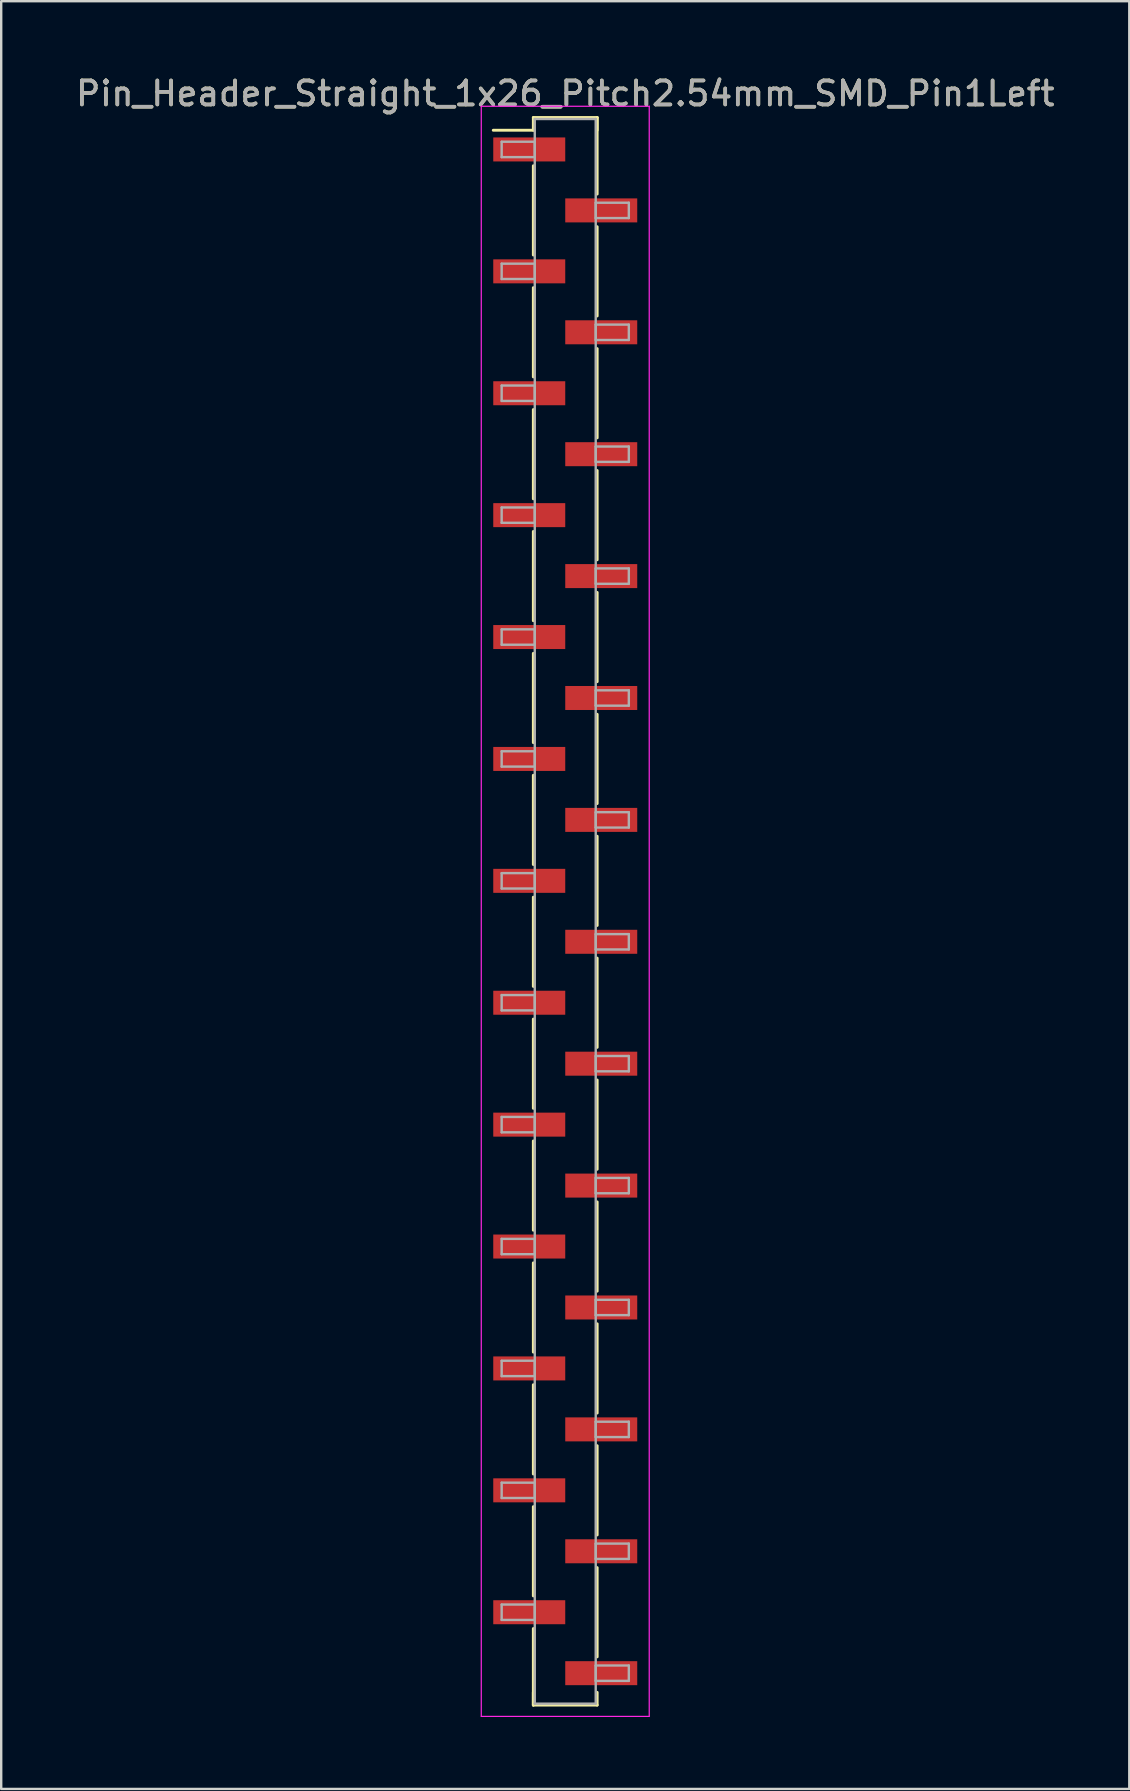
<source format=kicad_pcb>
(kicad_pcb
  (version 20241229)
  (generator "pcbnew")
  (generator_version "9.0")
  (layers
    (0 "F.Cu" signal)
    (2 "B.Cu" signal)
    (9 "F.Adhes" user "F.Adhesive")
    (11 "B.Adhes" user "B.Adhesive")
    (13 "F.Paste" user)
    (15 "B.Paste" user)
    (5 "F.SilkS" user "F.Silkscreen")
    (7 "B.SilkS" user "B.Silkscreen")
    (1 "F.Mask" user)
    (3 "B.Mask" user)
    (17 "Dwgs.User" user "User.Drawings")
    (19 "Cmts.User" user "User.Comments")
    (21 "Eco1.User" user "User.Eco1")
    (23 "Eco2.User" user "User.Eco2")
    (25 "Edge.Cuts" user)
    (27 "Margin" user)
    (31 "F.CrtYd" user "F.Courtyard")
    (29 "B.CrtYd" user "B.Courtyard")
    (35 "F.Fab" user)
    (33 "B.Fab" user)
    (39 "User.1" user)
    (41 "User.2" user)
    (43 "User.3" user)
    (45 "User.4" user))
  (footprint "Pin_Header_Straight_1x26_Pitch2.54mm_SMD_Pin1Left"
    (layer "F.Cu")
    (at 20.506 34.928)
    (property "Reference" "Pin_Header_Straight_1x26_Pitch2.54mm_SMD_Pin1Left" (at 0 -34.08 0) (layer "F.SilkS") (effects (font (size 1 1) (thickness 0.15))))
    (attr smd)
    (fp_line (start -1.33 -33.08) (end 1.33 -33.08) (stroke (width 0.12) (type solid)) (layer "F.SilkS"))
    (fp_line (start -1.33 -32.55) (end -3 -32.55) (stroke (width 0.12) (type solid)) (layer "F.SilkS"))
    (fp_line (start -1.33 -32.55) (end -1.33 -33.08) (stroke (width 0.12) (type solid)) (layer "F.SilkS"))
    (fp_line (start -1.33 -31.07) (end -1.33 -27.35) (stroke (width 0.12) (type solid)) (layer "F.SilkS"))
    (fp_line (start -1.33 -25.99) (end -1.33 -22.27) (stroke (width 0.12) (type solid)) (layer "F.SilkS"))
    (fp_line (start -1.33 -20.91) (end -1.33 -17.19) (stroke (width 0.12) (type solid)) (layer "F.SilkS"))
    (fp_line (start -1.33 -15.83) (end -1.33 -12.11) (stroke (width 0.12) (type solid)) (layer "F.SilkS"))
    (fp_line (start -1.33 -10.75) (end -1.33 -7.03) (stroke (width 0.12) (type solid)) (layer "F.SilkS"))
    (fp_line (start -1.33 -5.67) (end -1.33 -1.95) (stroke (width 0.12) (type solid)) (layer "F.SilkS"))
    (fp_line (start -1.33 -0.59) (end -1.33 3.13) (stroke (width 0.12) (type solid)) (layer "F.SilkS"))
    (fp_line (start -1.33 4.49) (end -1.33 8.21) (stroke (width 0.12) (type solid)) (layer "F.SilkS"))
    (fp_line (start -1.33 9.57) (end -1.33 13.29) (stroke (width 0.12) (type solid)) (layer "F.SilkS"))
    (fp_line (start -1.33 14.65) (end -1.33 18.37) (stroke (width 0.12) (type solid)) (layer "F.SilkS"))
    (fp_line (start -1.33 19.73) (end -1.33 23.45) (stroke (width 0.12) (type solid)) (layer "F.SilkS"))
    (fp_line (start -1.33 24.81) (end -1.33 28.53) (stroke (width 0.12) (type solid)) (layer "F.SilkS"))
    (fp_line (start -1.33 29.89) (end -1.33 33.08) (stroke (width 0.12) (type solid)) (layer "F.SilkS"))
    (fp_line (start -1.33 32.55) (end -1.33 33.08) (stroke (width 0.12) (type solid)) (layer "F.SilkS"))
    (fp_line (start -1.33 33.08) (end 1.33 33.08) (stroke (width 0.12) (type solid)) (layer "F.SilkS"))
    (fp_line (start 1.33 -33.08) (end 1.33 -32.55) (stroke (width 0.12) (type solid)) (layer "F.SilkS"))
    (fp_line (start 1.33 -33.08) (end 1.33 -29.89) (stroke (width 0.12) (type solid)) (layer "F.SilkS"))
    (fp_line (start 1.33 -28.53) (end 1.33 -24.81) (stroke (width 0.12) (type solid)) (layer "F.SilkS"))
    (fp_line (start 1.33 -23.45) (end 1.33 -19.73) (stroke (width 0.12) (type solid)) (layer "F.SilkS"))
    (fp_line (start 1.33 -18.37) (end 1.33 -14.65) (stroke (width 0.12) (type solid)) (layer "F.SilkS"))
    (fp_line (start 1.33 -13.29) (end 1.33 -9.57) (stroke (width 0.12) (type solid)) (layer "F.SilkS"))
    (fp_line (start 1.33 -8.21) (end 1.33 -4.49) (stroke (width 0.12) (type solid)) (layer "F.SilkS"))
    (fp_line (start 1.33 -3.13) (end 1.33 0.59) (stroke (width 0.12) (type solid)) (layer "F.SilkS"))
    (fp_line (start 1.33 1.95) (end 1.33 5.67) (stroke (width 0.12) (type solid)) (layer "F.SilkS"))
    (fp_line (start 1.33 7.03) (end 1.33 10.75) (stroke (width 0.12) (type solid)) (layer "F.SilkS"))
    (fp_line (start 1.33 12.11) (end 1.33 15.83) (stroke (width 0.12) (type solid)) (layer "F.SilkS"))
    (fp_line (start 1.33 17.19) (end 1.33 20.91) (stroke (width 0.12) (type solid)) (layer "F.SilkS"))
    (fp_line (start 1.33 22.27) (end 1.33 25.99) (stroke (width 0.12) (type solid)) (layer "F.SilkS"))
    (fp_line (start 1.33 27.35) (end 1.33 31.07) (stroke (width 0.12) (type solid)) (layer "F.SilkS"))
    (fp_line (start 1.33 33.08) (end 1.33 32.55) (stroke (width 0.12) (type solid)) (layer "F.SilkS"))
    (fp_line (start -3.5 -33.55) (end -3.5 33.55) (stroke (width 0.05) (type solid)) (layer "F.CrtYd"))
    (fp_line (start -3.5 33.55) (end 3.5 33.55) (stroke (width 0.05) (type solid)) (layer "F.CrtYd"))
    (fp_line (start 3.5 -33.55) (end -3.5 -33.55) (stroke (width 0.05) (type solid)) (layer "F.CrtYd"))
    (fp_line (start 3.5 33.55) (end 3.5 -33.55) (stroke (width 0.05) (type solid)) (layer "F.CrtYd"))
    (fp_line (start -2.65 -32.07) (end -1.27 -32.07) (stroke (width 0.1) (type solid)) (layer "F.Fab"))
    (fp_line (start -2.65 -31.43) (end -2.65 -32.07) (stroke (width 0.1) (type solid)) (layer "F.Fab"))
    (fp_line (start -2.65 -26.99) (end -1.27 -26.99) (stroke (width 0.1) (type solid)) (layer "F.Fab"))
    (fp_line (start -2.65 -26.35) (end -2.65 -26.99) (stroke (width 0.1) (type solid)) (layer "F.Fab"))
    (fp_line (start -2.65 -21.91) (end -1.27 -21.91) (stroke (width 0.1) (type solid)) (layer "F.Fab"))
    (fp_line (start -2.65 -21.27) (end -2.65 -21.91) (stroke (width 0.1) (type solid)) (layer "F.Fab"))
    (fp_line (start -2.65 -16.83) (end -1.27 -16.83) (stroke (width 0.1) (type solid)) (layer "F.Fab"))
    (fp_line (start -2.65 -16.19) (end -2.65 -16.83) (stroke (width 0.1) (type solid)) (layer "F.Fab"))
    (fp_line (start -2.65 -11.75) (end -1.27 -11.75) (stroke (width 0.1) (type solid)) (layer "F.Fab"))
    (fp_line (start -2.65 -11.11) (end -2.65 -11.75) (stroke (width 0.1) (type solid)) (layer "F.Fab"))
    (fp_line (start -2.65 -6.67) (end -1.27 -6.67) (stroke (width 0.1) (type solid)) (layer "F.Fab"))
    (fp_line (start -2.65 -6.03) (end -2.65 -6.67) (stroke (width 0.1) (type solid)) (layer "F.Fab"))
    (fp_line (start -2.65 -1.59) (end -1.27 -1.59) (stroke (width 0.1) (type solid)) (layer "F.Fab"))
    (fp_line (start -2.65 -0.95) (end -2.65 -1.59) (stroke (width 0.1) (type solid)) (layer "F.Fab"))
    (fp_line (start -2.65 3.49) (end -1.27 3.49) (stroke (width 0.1) (type solid)) (layer "F.Fab"))
    (fp_line (start -2.65 4.13) (end -2.65 3.49) (stroke (width 0.1) (type solid)) (layer "F.Fab"))
    (fp_line (start -2.65 8.57) (end -1.27 8.57) (stroke (width 0.1) (type solid)) (layer "F.Fab"))
    (fp_line (start -2.65 9.21) (end -2.65 8.57) (stroke (width 0.1) (type solid)) (layer "F.Fab"))
    (fp_line (start -2.65 13.65) (end -1.27 13.65) (stroke (width 0.1) (type solid)) (layer "F.Fab"))
    (fp_line (start -2.65 14.29) (end -2.65 13.65) (stroke (width 0.1) (type solid)) (layer "F.Fab"))
    (fp_line (start -2.65 18.73) (end -1.27 18.73) (stroke (width 0.1) (type solid)) (layer "F.Fab"))
    (fp_line (start -2.65 19.37) (end -2.65 18.73) (stroke (width 0.1) (type solid)) (layer "F.Fab"))
    (fp_line (start -2.65 23.81) (end -1.27 23.81) (stroke (width 0.1) (type solid)) (layer "F.Fab"))
    (fp_line (start -2.65 24.45) (end -2.65 23.81) (stroke (width 0.1) (type solid)) (layer "F.Fab"))
    (fp_line (start -2.65 28.89) (end -1.27 28.89) (stroke (width 0.1) (type solid)) (layer "F.Fab"))
    (fp_line (start -2.65 29.53) (end -2.65 28.89) (stroke (width 0.1) (type solid)) (layer "F.Fab"))
    (fp_line (start -1.27 -33.02) (end -1.27 33.02) (stroke (width 0.1) (type solid)) (layer "F.Fab"))
    (fp_line (start -1.27 -32.07) (end -1.27 -31.43) (stroke (width 0.1) (type solid)) (layer "F.Fab"))
    (fp_line (start -1.27 -31.43) (end -2.65 -31.43) (stroke (width 0.1) (type solid)) (layer "F.Fab"))
    (fp_line (start -1.27 -26.99) (end -1.27 -26.35) (stroke (width 0.1) (type solid)) (layer "F.Fab"))
    (fp_line (start -1.27 -26.35) (end -2.65 -26.35) (stroke (width 0.1) (type solid)) (layer "F.Fab"))
    (fp_line (start -1.27 -21.91) (end -1.27 -21.27) (stroke (width 0.1) (type solid)) (layer "F.Fab"))
    (fp_line (start -1.27 -21.27) (end -2.65 -21.27) (stroke (width 0.1) (type solid)) (layer "F.Fab"))
    (fp_line (start -1.27 -16.83) (end -1.27 -16.19) (stroke (width 0.1) (type solid)) (layer "F.Fab"))
    (fp_line (start -1.27 -16.19) (end -2.65 -16.19) (stroke (width 0.1) (type solid)) (layer "F.Fab"))
    (fp_line (start -1.27 -11.75) (end -1.27 -11.11) (stroke (width 0.1) (type solid)) (layer "F.Fab"))
    (fp_line (start -1.27 -11.11) (end -2.65 -11.11) (stroke (width 0.1) (type solid)) (layer "F.Fab"))
    (fp_line (start -1.27 -6.67) (end -1.27 -6.03) (stroke (width 0.1) (type solid)) (layer "F.Fab"))
    (fp_line (start -1.27 -6.03) (end -2.65 -6.03) (stroke (width 0.1) (type solid)) (layer "F.Fab"))
    (fp_line (start -1.27 -1.59) (end -1.27 -0.95) (stroke (width 0.1) (type solid)) (layer "F.Fab"))
    (fp_line (start -1.27 -0.95) (end -2.65 -0.95) (stroke (width 0.1) (type solid)) (layer "F.Fab"))
    (fp_line (start -1.27 3.49) (end -1.27 4.13) (stroke (width 0.1) (type solid)) (layer "F.Fab"))
    (fp_line (start -1.27 4.13) (end -2.65 4.13) (stroke (width 0.1) (type solid)) (layer "F.Fab"))
    (fp_line (start -1.27 8.57) (end -1.27 9.21) (stroke (width 0.1) (type solid)) (layer "F.Fab"))
    (fp_line (start -1.27 9.21) (end -2.65 9.21) (stroke (width 0.1) (type solid)) (layer "F.Fab"))
    (fp_line (start -1.27 13.65) (end -1.27 14.29) (stroke (width 0.1) (type solid)) (layer "F.Fab"))
    (fp_line (start -1.27 14.29) (end -2.65 14.29) (stroke (width 0.1) (type solid)) (layer "F.Fab"))
    (fp_line (start -1.27 18.73) (end -1.27 19.37) (stroke (width 0.1) (type solid)) (layer "F.Fab"))
    (fp_line (start -1.27 19.37) (end -2.65 19.37) (stroke (width 0.1) (type solid)) (layer "F.Fab"))
    (fp_line (start -1.27 23.81) (end -1.27 24.45) (stroke (width 0.1) (type solid)) (layer "F.Fab"))
    (fp_line (start -1.27 24.45) (end -2.65 24.45) (stroke (width 0.1) (type solid)) (layer "F.Fab"))
    (fp_line (start -1.27 28.89) (end -1.27 29.53) (stroke (width 0.1) (type solid)) (layer "F.Fab"))
    (fp_line (start -1.27 29.53) (end -2.65 29.53) (stroke (width 0.1) (type solid)) (layer "F.Fab"))
    (fp_line (start -1.27 33.02) (end 1.27 33.02) (stroke (width 0.1) (type solid)) (layer "F.Fab"))
    (fp_line (start 1.27 -33.02) (end -1.27 -33.02) (stroke (width 0.1) (type solid)) (layer "F.Fab"))
    (fp_line (start 1.27 -29.53) (end 1.27 -28.89) (stroke (width 0.1) (type solid)) (layer "F.Fab"))
    (fp_line (start 1.27 -28.89) (end 2.65 -28.89) (stroke (width 0.1) (type solid)) (layer "F.Fab"))
    (fp_line (start 1.27 -24.45) (end 1.27 -23.81) (stroke (width 0.1) (type solid)) (layer "F.Fab"))
    (fp_line (start 1.27 -23.81) (end 2.65 -23.81) (stroke (width 0.1) (type solid)) (layer "F.Fab"))
    (fp_line (start 1.27 -19.37) (end 1.27 -18.73) (stroke (width 0.1) (type solid)) (layer "F.Fab"))
    (fp_line (start 1.27 -18.73) (end 2.65 -18.73) (stroke (width 0.1) (type solid)) (layer "F.Fab"))
    (fp_line (start 1.27 -14.29) (end 1.27 -13.65) (stroke (width 0.1) (type solid)) (layer "F.Fab"))
    (fp_line (start 1.27 -13.65) (end 2.65 -13.65) (stroke (width 0.1) (type solid)) (layer "F.Fab"))
    (fp_line (start 1.27 -9.21) (end 1.27 -8.57) (stroke (width 0.1) (type solid)) (layer "F.Fab"))
    (fp_line (start 1.27 -8.57) (end 2.65 -8.57) (stroke (width 0.1) (type solid)) (layer "F.Fab"))
    (fp_line (start 1.27 -4.13) (end 1.27 -3.49) (stroke (width 0.1) (type solid)) (layer "F.Fab"))
    (fp_line (start 1.27 -3.49) (end 2.65 -3.49) (stroke (width 0.1) (type solid)) (layer "F.Fab"))
    (fp_line (start 1.27 0.95) (end 1.27 1.59) (stroke (width 0.1) (type solid)) (layer "F.Fab"))
    (fp_line (start 1.27 1.59) (end 2.65 1.59) (stroke (width 0.1) (type solid)) (layer "F.Fab"))
    (fp_line (start 1.27 6.03) (end 1.27 6.67) (stroke (width 0.1) (type solid)) (layer "F.Fab"))
    (fp_line (start 1.27 6.67) (end 2.65 6.67) (stroke (width 0.1) (type solid)) (layer "F.Fab"))
    (fp_line (start 1.27 11.11) (end 1.27 11.75) (stroke (width 0.1) (type solid)) (layer "F.Fab"))
    (fp_line (start 1.27 11.75) (end 2.65 11.75) (stroke (width 0.1) (type solid)) (layer "F.Fab"))
    (fp_line (start 1.27 16.19) (end 1.27 16.83) (stroke (width 0.1) (type solid)) (layer "F.Fab"))
    (fp_line (start 1.27 16.83) (end 2.65 16.83) (stroke (width 0.1) (type solid)) (layer "F.Fab"))
    (fp_line (start 1.27 21.27) (end 1.27 21.91) (stroke (width 0.1) (type solid)) (layer "F.Fab"))
    (fp_line (start 1.27 21.91) (end 2.65 21.91) (stroke (width 0.1) (type solid)) (layer "F.Fab"))
    (fp_line (start 1.27 26.35) (end 1.27 26.99) (stroke (width 0.1) (type solid)) (layer "F.Fab"))
    (fp_line (start 1.27 26.99) (end 2.65 26.99) (stroke (width 0.1) (type solid)) (layer "F.Fab"))
    (fp_line (start 1.27 31.43) (end 1.27 32.07) (stroke (width 0.1) (type solid)) (layer "F.Fab"))
    (fp_line (start 1.27 32.07) (end 2.65 32.07) (stroke (width 0.1) (type solid)) (layer "F.Fab"))
    (fp_line (start 1.27 33.02) (end 1.27 -33.02) (stroke (width 0.1) (type solid)) (layer "F.Fab"))
    (fp_line (start 2.65 -29.53) (end 1.27 -29.53) (stroke (width 0.1) (type solid)) (layer "F.Fab"))
    (fp_line (start 2.65 -28.89) (end 2.65 -29.53) (stroke (width 0.1) (type solid)) (layer "F.Fab"))
    (fp_line (start 2.65 -24.45) (end 1.27 -24.45) (stroke (width 0.1) (type solid)) (layer "F.Fab"))
    (fp_line (start 2.65 -23.81) (end 2.65 -24.45) (stroke (width 0.1) (type solid)) (layer "F.Fab"))
    (fp_line (start 2.65 -19.37) (end 1.27 -19.37) (stroke (width 0.1) (type solid)) (layer "F.Fab"))
    (fp_line (start 2.65 -18.73) (end 2.65 -19.37) (stroke (width 0.1) (type solid)) (layer "F.Fab"))
    (fp_line (start 2.65 -14.29) (end 1.27 -14.29) (stroke (width 0.1) (type solid)) (layer "F.Fab"))
    (fp_line (start 2.65 -13.65) (end 2.65 -14.29) (stroke (width 0.1) (type solid)) (layer "F.Fab"))
    (fp_line (start 2.65 -9.21) (end 1.27 -9.21) (stroke (width 0.1) (type solid)) (layer "F.Fab"))
    (fp_line (start 2.65 -8.57) (end 2.65 -9.21) (stroke (width 0.1) (type solid)) (layer "F.Fab"))
    (fp_line (start 2.65 -4.13) (end 1.27 -4.13) (stroke (width 0.1) (type solid)) (layer "F.Fab"))
    (fp_line (start 2.65 -3.49) (end 2.65 -4.13) (stroke (width 0.1) (type solid)) (layer "F.Fab"))
    (fp_line (start 2.65 0.95) (end 1.27 0.95) (stroke (width 0.1) (type solid)) (layer "F.Fab"))
    (fp_line (start 2.65 1.59) (end 2.65 0.95) (stroke (width 0.1) (type solid)) (layer "F.Fab"))
    (fp_line (start 2.65 6.03) (end 1.27 6.03) (stroke (width 0.1) (type solid)) (layer "F.Fab"))
    (fp_line (start 2.65 6.67) (end 2.65 6.03) (stroke (width 0.1) (type solid)) (layer "F.Fab"))
    (fp_line (start 2.65 11.11) (end 1.27 11.11) (stroke (width 0.1) (type solid)) (layer "F.Fab"))
    (fp_line (start 2.65 11.75) (end 2.65 11.11) (stroke (width 0.1) (type solid)) (layer "F.Fab"))
    (fp_line (start 2.65 16.19) (end 1.27 16.19) (stroke (width 0.1) (type solid)) (layer "F.Fab"))
    (fp_line (start 2.65 16.83) (end 2.65 16.19) (stroke (width 0.1) (type solid)) (layer "F.Fab"))
    (fp_line (start 2.65 21.27) (end 1.27 21.27) (stroke (width 0.1) (type solid)) (layer "F.Fab"))
    (fp_line (start 2.65 21.91) (end 2.65 21.27) (stroke (width 0.1) (type solid)) (layer "F.Fab"))
    (fp_line (start 2.65 26.35) (end 1.27 26.35) (stroke (width 0.1) (type solid)) (layer "F.Fab"))
    (fp_line (start 2.65 26.99) (end 2.65 26.35) (stroke (width 0.1) (type solid)) (layer "F.Fab"))
    (fp_line (start 2.65 31.43) (end 1.27 31.43) (stroke (width 0.1) (type solid)) (layer "F.Fab"))
    (fp_line (start 2.65 32.07) (end 2.65 31.43) (stroke (width 0.1) (type solid)) (layer "F.Fab"))
    (fp_text user "${REFERENCE}" (at 0 -34.08 0) (layer "F.Fab") (effects (font (size 1 1) (thickness 0.15))))
    (pad "1" smd rect (at -1.5 -31.75) (size 3 1) (layers "F.Cu" "F.Mask" "F.Paste"))
    (pad "2" smd rect (at 1.5 -29.21) (size 3 1) (layers "F.Cu" "F.Mask" "F.Paste"))
    (pad "3" smd rect (at -1.5 -26.67) (size 3 1) (layers "F.Cu" "F.Mask" "F.Paste"))
    (pad "4" smd rect (at 1.5 -24.13) (size 3 1) (layers "F.Cu" "F.Mask" "F.Paste"))
    (pad "5" smd rect (at -1.5 -21.59) (size 3 1) (layers "F.Cu" "F.Mask" "F.Paste"))
    (pad "6" smd rect (at 1.5 -19.05) (size 3 1) (layers "F.Cu" "F.Mask" "F.Paste"))
    (pad "7" smd rect (at -1.5 -16.51) (size 3 1) (layers "F.Cu" "F.Mask" "F.Paste"))
    (pad "8" smd rect (at 1.5 -13.97) (size 3 1) (layers "F.Cu" "F.Mask" "F.Paste"))
    (pad "9" smd rect (at -1.5 -11.43) (size 3 1) (layers "F.Cu" "F.Mask" "F.Paste"))
    (pad "10" smd rect (at 1.5 -8.89) (size 3 1) (layers "F.Cu" "F.Mask" "F.Paste"))
    (pad "11" smd rect (at -1.5 -6.35) (size 3 1) (layers "F.Cu" "F.Mask" "F.Paste"))
    (pad "12" smd rect (at 1.5 -3.81) (size 3 1) (layers "F.Cu" "F.Mask" "F.Paste"))
    (pad "13" smd rect (at -1.5 -1.27) (size 3 1) (layers "F.Cu" "F.Mask" "F.Paste"))
    (pad "14" smd rect (at 1.5 1.27) (size 3 1) (layers "F.Cu" "F.Mask" "F.Paste"))
    (pad "15" smd rect (at -1.5 3.81) (size 3 1) (layers "F.Cu" "F.Mask" "F.Paste"))
    (pad "16" smd rect (at 1.5 6.35) (size 3 1) (layers "F.Cu" "F.Mask" "F.Paste"))
    (pad "17" smd rect (at -1.5 8.89) (size 3 1) (layers "F.Cu" "F.Mask" "F.Paste"))
    (pad "18" smd rect (at 1.5 11.43) (size 3 1) (layers "F.Cu" "F.Mask" "F.Paste"))
    (pad "19" smd rect (at -1.5 13.97) (size 3 1) (layers "F.Cu" "F.Mask" "F.Paste"))
    (pad "20" smd rect (at 1.5 16.51) (size 3 1) (layers "F.Cu" "F.Mask" "F.Paste"))
    (pad "21" smd rect (at -1.5 19.05) (size 3 1) (layers "F.Cu" "F.Mask" "F.Paste"))
    (pad "22" smd rect (at 1.5 21.59) (size 3 1) (layers "F.Cu" "F.Mask" "F.Paste"))
    (pad "23" smd rect (at -1.5 24.13) (size 3 1) (layers "F.Cu" "F.Mask" "F.Paste"))
    (pad "24" smd rect (at 1.5 26.67) (size 3 1) (layers "F.Cu" "F.Mask" "F.Paste"))
    (pad "25" smd rect (at -1.5 29.21) (size 3 1) (layers "F.Cu" "F.Mask" "F.Paste"))
    (pad "26" smd rect (at 1.5 31.75) (size 3 1) (layers "F.Cu" "F.Mask" "F.Paste")))
  (gr_rect
    (start -3 -3)
    (end 44.012 71.503)
    (stroke (width 0.1) (type default))
    (fill no)
    (layer "Edge.Cuts")))
</source>
